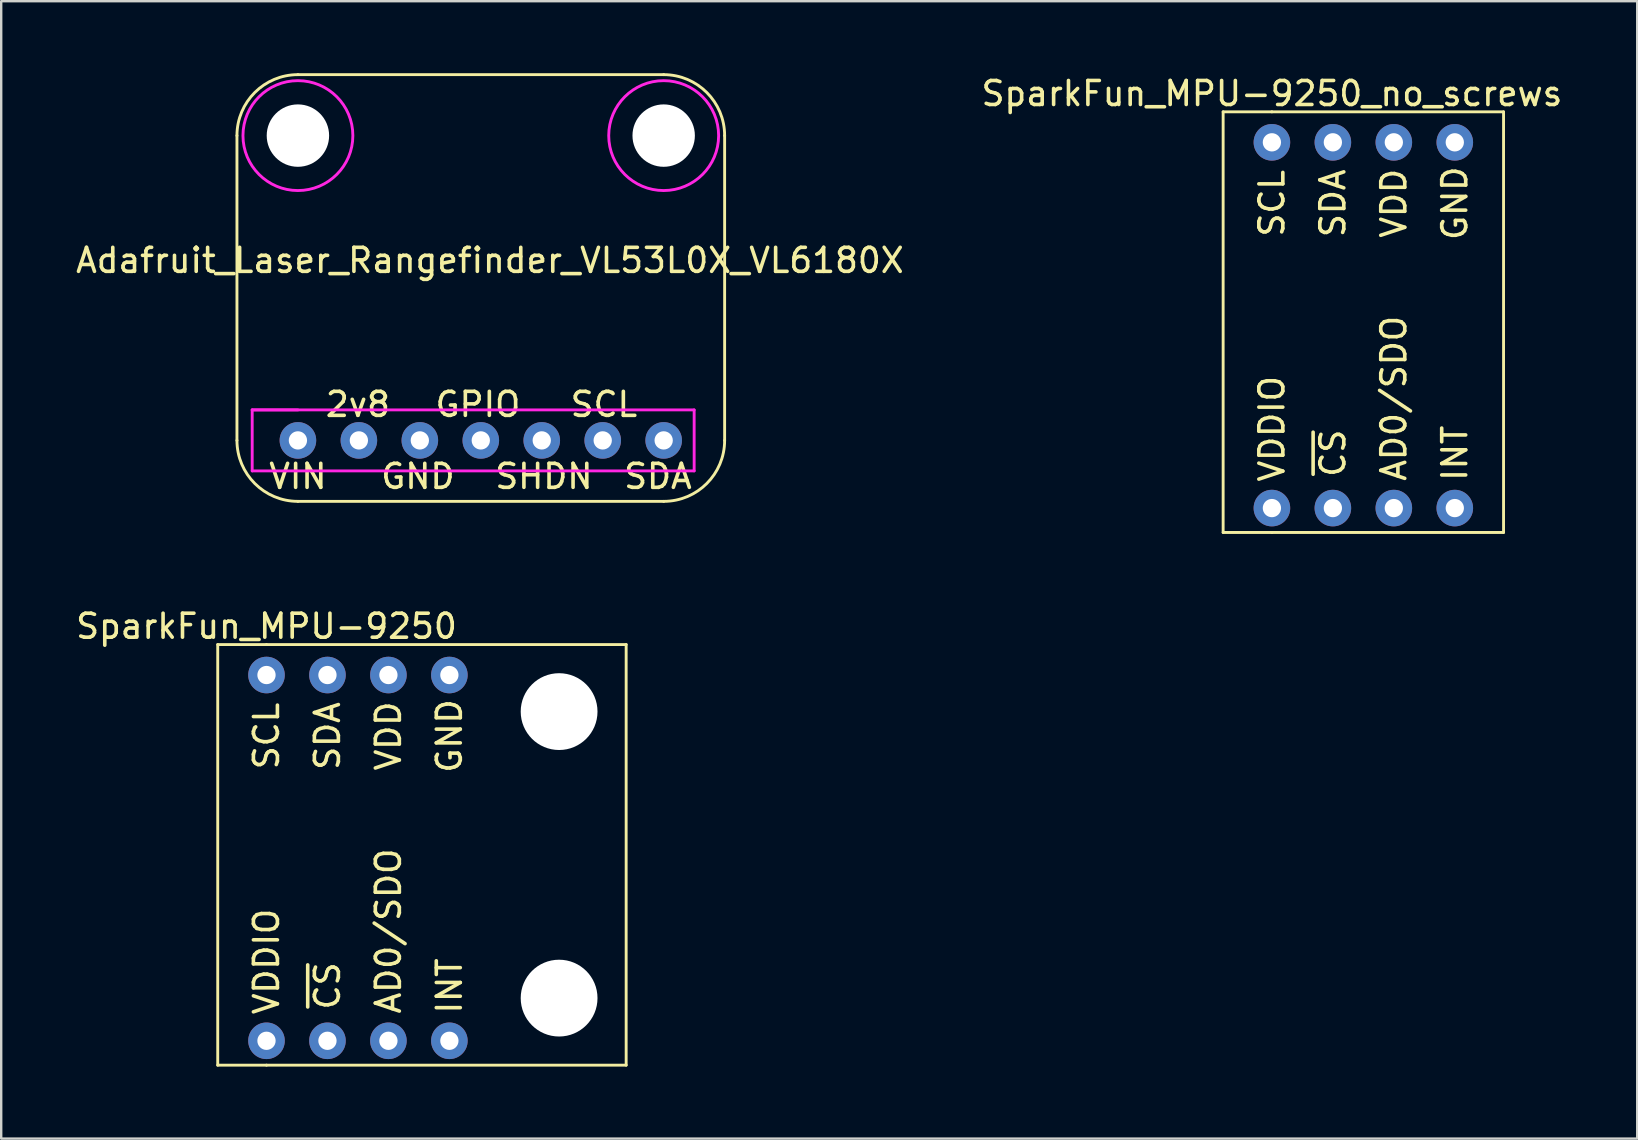
<source format=kicad_pcb>
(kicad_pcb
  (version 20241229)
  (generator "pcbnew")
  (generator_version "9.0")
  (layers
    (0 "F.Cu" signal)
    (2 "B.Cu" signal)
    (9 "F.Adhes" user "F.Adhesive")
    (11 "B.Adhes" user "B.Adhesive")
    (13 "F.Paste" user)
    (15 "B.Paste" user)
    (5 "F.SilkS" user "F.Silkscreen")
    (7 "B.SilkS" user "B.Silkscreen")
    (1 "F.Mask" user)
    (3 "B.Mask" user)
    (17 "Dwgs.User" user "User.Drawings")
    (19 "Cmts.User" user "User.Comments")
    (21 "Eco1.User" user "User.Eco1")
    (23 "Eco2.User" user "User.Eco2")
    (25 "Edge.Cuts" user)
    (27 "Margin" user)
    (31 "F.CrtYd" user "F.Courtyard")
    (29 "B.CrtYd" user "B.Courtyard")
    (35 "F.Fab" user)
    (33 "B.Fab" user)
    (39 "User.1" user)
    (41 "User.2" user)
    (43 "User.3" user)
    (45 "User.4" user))
  (footprint "Adafruit_Laser_Rangefinder_VL53L0X_VL6180X"
    (layer "F.Cu")
    (at 9.363 15.3)
    (property "Reference" "Adafruit_Laser_Rangefinder_VL53L0X_VL6180X" (at 8 -7.5 0) (layer "F.SilkS") (effects (font (size 1 1) (thickness 0.15))))
    (attr through_hole)
    (fp_line (start -2.54 0) (end -2.54 -12.7) (stroke (width 0.12) (type solid)) (layer "F.SilkS"))
    (fp_line (start 0 -15.24) (end 15.24 -15.24) (stroke (width 0.12) (type solid)) (layer "F.SilkS"))
    (fp_line (start 0 2.54) (end 15.24 2.54) (stroke (width 0.12) (type solid)) (layer "F.SilkS"))
    (fp_line (start 17.78 -12.7) (end 17.78 0) (stroke (width 0.12) (type solid)) (layer "F.SilkS"))
    (fp_arc (start -2.54 -12.7) (mid -1.796051 -14.496051) (end 0 -15.24) (stroke (width 0.12) (type solid)) (layer "F.SilkS"))
    (fp_arc (start 0 2.54) (mid -1.796051 1.796051) (end -2.54 0) (stroke (width 0.12) (type solid)) (layer "F.SilkS"))
    (fp_arc (start 15.24 -15.24) (mid 17.036051 -14.496051) (end 17.78 -12.7) (stroke (width 0.12) (type solid)) (layer "F.SilkS"))
    (fp_arc (start 17.78 0) (mid 17.036051 1.796051) (end 15.24 2.54) (stroke (width 0.12) (type solid)) (layer "F.SilkS"))
    (fp_line (start -1.905 -1.27) (end -1.905 1.27) (stroke (width 0.12) (type solid)) (layer "F.CrtYd"))
    (fp_line (start -1.905 1.27) (end 16.51 1.27) (stroke (width 0.12) (type solid)) (layer "F.CrtYd"))
    (fp_line (start 0 -1.27) (end -1.905 -1.27) (stroke (width 0.12) (type solid)) (layer "F.CrtYd"))
    (fp_line (start 16.51 -1.27) (end -1.905 -1.27) (stroke (width 0.12) (type solid)) (layer "F.CrtYd"))
    (fp_line (start 16.51 1.27) (end 16.51 -1.27) (stroke (width 0.12) (type solid)) (layer "F.CrtYd"))
    (fp_circle (center 0 -12.7) (end 1.905 -11.43) (stroke (width 0.12) (type solid)) (fill no) (layer "F.CrtYd"))
    (fp_circle (center 15.24 -12.7) (end 17.145 -11.43) (stroke (width 0.12) (type solid)) (fill no) (layer "F.CrtYd"))
    (fp_text user "VIN" (at 0 1.5 0) (layer "F.SilkS") (effects (font (size 1 1) (thickness 0.15))))
    (fp_text user "SDA" (at 15 1.5 0) (layer "F.SilkS") (effects (font (size 1 1) (thickness 0.15))))
    (fp_text user "GPIO" (at 7.5 -1.5 0) (layer "F.SilkS") (effects (font (size 1 1) (thickness 0.15))))
    (fp_text user "SHDN" (at 10.25 1.5 0) (layer "F.SilkS") (effects (font (size 1 1) (thickness 0.15))))
    (fp_text user "2v8" (at 2.5 -1.5 0) (layer "F.SilkS") (effects (font (size 1 1) (thickness 0.15))))
    (fp_text user "GND" (at 5 1.5 0) (layer "F.SilkS") (effects (font (size 1 1) (thickness 0.15))))
    (fp_text user "SCL" (at 12.75 -1.5 0) (layer "F.SilkS") (effects (font (size 1 1) (thickness 0.15))))
    (pad "" np_thru_hole circle (at 0 -12.7) (size 2.6 2.6) (drill 2.6) (layers "*.Cu" "*.Mask"))
    (pad "" np_thru_hole circle (at 15.24 -12.7) (size 2.6 2.6) (drill 2.6) (layers "*.Cu" "*.Mask"))
    (pad "1" thru_hole circle (at 0 0) (size 1.524 1.524) (drill 0.762) (layers "*.Cu" "*.Mask"))
    (pad "2" thru_hole circle (at 2.54 0) (size 1.524 1.524) (drill 0.762) (layers "*.Cu" "*.Mask"))
    (pad "3" thru_hole circle (at 5.08 0) (size 1.524 1.524) (drill 0.762) (layers "*.Cu" "*.Mask"))
    (pad "4" thru_hole circle (at 7.62 0) (size 1.524 1.524) (drill 0.762) (layers "*.Cu" "*.Mask"))
    (pad "5" thru_hole circle (at 10.16 0) (size 1.524 1.524) (drill 0.762) (layers "*.Cu" "*.Mask"))
    (pad "6" thru_hole circle (at 12.7 0) (size 1.524 1.524) (drill 0.762) (layers "*.Cu" "*.Mask"))
    (pad "7" thru_hole circle (at 15.24 0) (size 1.524 1.524) (drill 0.762) (layers "*.Cu" "*.Mask")))
  (footprint "SparkFun_MPU-9250_no_screws"
    (layer "F.Cu")
    (at 49.946 2.88)
    (property "Reference" "SparkFun_MPU-9250_no_screws" (at 0 -2.032 0) (layer "F.SilkS") (effects (font (size 1 1) (thickness 0.15))))
    (attr through_hole)
    (fp_line (start -2.032 -1.27) (end 0 -1.27) (stroke (width 0.12) (type solid)) (layer "F.SilkS"))
    (fp_line (start -2.032 16.256) (end -2.032 -1.27) (stroke (width 0.12) (type solid)) (layer "F.SilkS"))
    (fp_line (start -2.032 16.256) (end 0 16.256) (stroke (width 0.12) (type solid)) (layer "F.SilkS"))
    (fp_line (start 0 -1.27) (end 9.652 -1.27) (stroke (width 0.12) (type solid)) (layer "F.SilkS"))
    (fp_line (start 9.652 -1.27) (end 9.652 16.256) (stroke (width 0.12) (type solid)) (layer "F.SilkS"))
    (fp_line (start 9.652 16.256) (end 0 16.256) (stroke (width 0.12) (type solid)) (layer "F.SilkS"))
    (fp_text user "AD0/SDO" (at 5.08 10.668 90) (layer "F.SilkS") (effects (font (size 1 1) (thickness 0.15))))
    (fp_text user "INT" (at 7.62 12.954 90) (layer "F.SilkS") (effects (font (size 1 1) (thickness 0.15))))
    (fp_text user "SDA" (at 2.54 2.54 90) (layer "F.SilkS") (effects (font (size 1 1) (thickness 0.15))))
    (fp_text user "VDDIO" (at 0 11.938 90) (layer "F.SilkS") (effects (font (size 1 1) (thickness 0.15))))
    (fp_text user "SCL" (at 0 2.54 90) (layer "F.SilkS") (effects (font (size 1 1) (thickness 0.15))))
    (fp_text user "~{CS}" (at 2.54 12.954 90) (layer "F.SilkS") (effects (font (size 1 1) (thickness 0.15))))
    (fp_text user "VDD" (at 5.08 2.54 90) (layer "F.SilkS") (effects (font (size 1 1) (thickness 0.15))))
    (fp_text user "GND" (at 7.62 2.54 90) (layer "F.SilkS") (effects (font (size 1 1) (thickness 0.15))))
    (pad "1" thru_hole circle (at 0 0) (size 1.524 1.524) (drill 0.762) (layers "*.Cu" "*.Mask"))
    (pad "2" thru_hole circle (at 2.54 0) (size 1.524 1.524) (drill 0.762) (layers "*.Cu" "*.Mask"))
    (pad "3" thru_hole circle (at 5.08 0) (size 1.524 1.524) (drill 0.762) (layers "*.Cu" "*.Mask"))
    (pad "4" thru_hole circle (at 7.62 0) (size 1.524 1.524) (drill 0.762) (layers "*.Cu" "*.Mask"))
    (pad "5" thru_hole circle (at 0 15.24) (size 1.524 1.524) (drill 0.762) (layers "*.Cu" "*.Mask"))
    (pad "6" thru_hole circle (at 2.54 15.24) (size 1.524 1.524) (drill 0.762) (layers "*.Cu" "*.Mask"))
    (pad "7" thru_hole circle (at 5.08 15.24) (size 1.524 1.524) (drill 0.762) (layers "*.Cu" "*.Mask"))
    (pad "8" thru_hole circle (at 7.62 15.24) (size 1.524 1.524) (drill 0.762) (layers "*.Cu" "*.Mask")))
  (footprint "SparkFun_MPU-9250"
    (layer "F.Cu")
    (at 8.054 25.076)
    (property "Reference" "SparkFun_MPU-9250" (at 0 -2.032 0) (layer "F.SilkS") (effects (font (size 1 1) (thickness 0.15))))
    (attr through_hole)
    (fp_line (start -2.032 -1.27) (end 0 -1.27) (stroke (width 0.12) (type solid)) (layer "F.SilkS"))
    (fp_line (start -2.032 16.256) (end -2.032 -1.27) (stroke (width 0.12) (type solid)) (layer "F.SilkS"))
    (fp_line (start -2.032 16.256) (end 0 16.256) (stroke (width 0.12) (type solid)) (layer "F.SilkS"))
    (fp_line (start 0 -1.27) (end 14.986 -1.27) (stroke (width 0.12) (type solid)) (layer "F.SilkS"))
    (fp_line (start 14.986 -1.27) (end 14.986 16.256) (stroke (width 0.12) (type solid)) (layer "F.SilkS"))
    (fp_line (start 14.986 16.256) (end 0 16.256) (stroke (width 0.12) (type solid)) (layer "F.SilkS"))
    (fp_text user "VDDIO" (at 0 11.938 90) (layer "F.SilkS") (effects (font (size 1 1) (thickness 0.15))))
    (fp_text user "~{CS}" (at 2.54 12.954 90) (layer "F.SilkS") (effects (font (size 1 1) (thickness 0.15))))
    (fp_text user "INT" (at 7.62 12.954 90) (layer "F.SilkS") (effects (font (size 1 1) (thickness 0.15))))
    (fp_text user "AD0/SDO" (at 5.08 10.668 90) (layer "F.SilkS") (effects (font (size 1 1) (thickness 0.15))))
    (fp_text user "SDA" (at 2.54 2.54 90) (layer "F.SilkS") (effects (font (size 1 1) (thickness 0.15))))
    (fp_text user "GND" (at 7.62 2.54 90) (layer "F.SilkS") (effects (font (size 1 1) (thickness 0.15))))
    (fp_text user "VDD" (at 5.08 2.54 90) (layer "F.SilkS") (effects (font (size 1 1) (thickness 0.15))))
    (fp_text user "SCL" (at 0 2.54 90) (layer "F.SilkS") (effects (font (size 1 1) (thickness 0.15))))
    (pad "" np_thru_hole circle (at 12.192 1.524) (size 3.2 3.2) (drill 3.2) (layers "*.Cu" "*.Mask"))
    (pad "" np_thru_hole circle (at 12.192 13.462) (size 3.2 3.2) (drill 3.2) (layers "*.Cu" "*.Mask"))
    (pad "1" thru_hole circle (at 0 0) (size 1.524 1.524) (drill 0.762) (layers "*.Cu" "*.Mask"))
    (pad "2" thru_hole circle (at 2.54 0) (size 1.524 1.524) (drill 0.762) (layers "*.Cu" "*.Mask"))
    (pad "3" thru_hole circle (at 5.08 0) (size 1.524 1.524) (drill 0.762) (layers "*.Cu" "*.Mask"))
    (pad "4" thru_hole circle (at 7.62 0) (size 1.524 1.524) (drill 0.762) (layers "*.Cu" "*.Mask"))
    (pad "5" thru_hole circle (at 0 15.24) (size 1.524 1.524) (drill 0.762) (layers "*.Cu" "*.Mask"))
    (pad "6" thru_hole circle (at 2.54 15.24) (size 1.524 1.524) (drill 0.762) (layers "*.Cu" "*.Mask"))
    (pad "7" thru_hole circle (at 5.08 15.24) (size 1.524 1.524) (drill 0.762) (layers "*.Cu" "*.Mask"))
    (pad "8" thru_hole circle (at 7.62 15.24) (size 1.524 1.524) (drill 0.762) (layers "*.Cu" "*.Mask")))
  (gr_rect
    (start -3 -3)
    (end 65.167 44.392)
    (stroke (width 0.1) (type default))
    (fill no)
    (layer "Edge.Cuts")))
</source>
